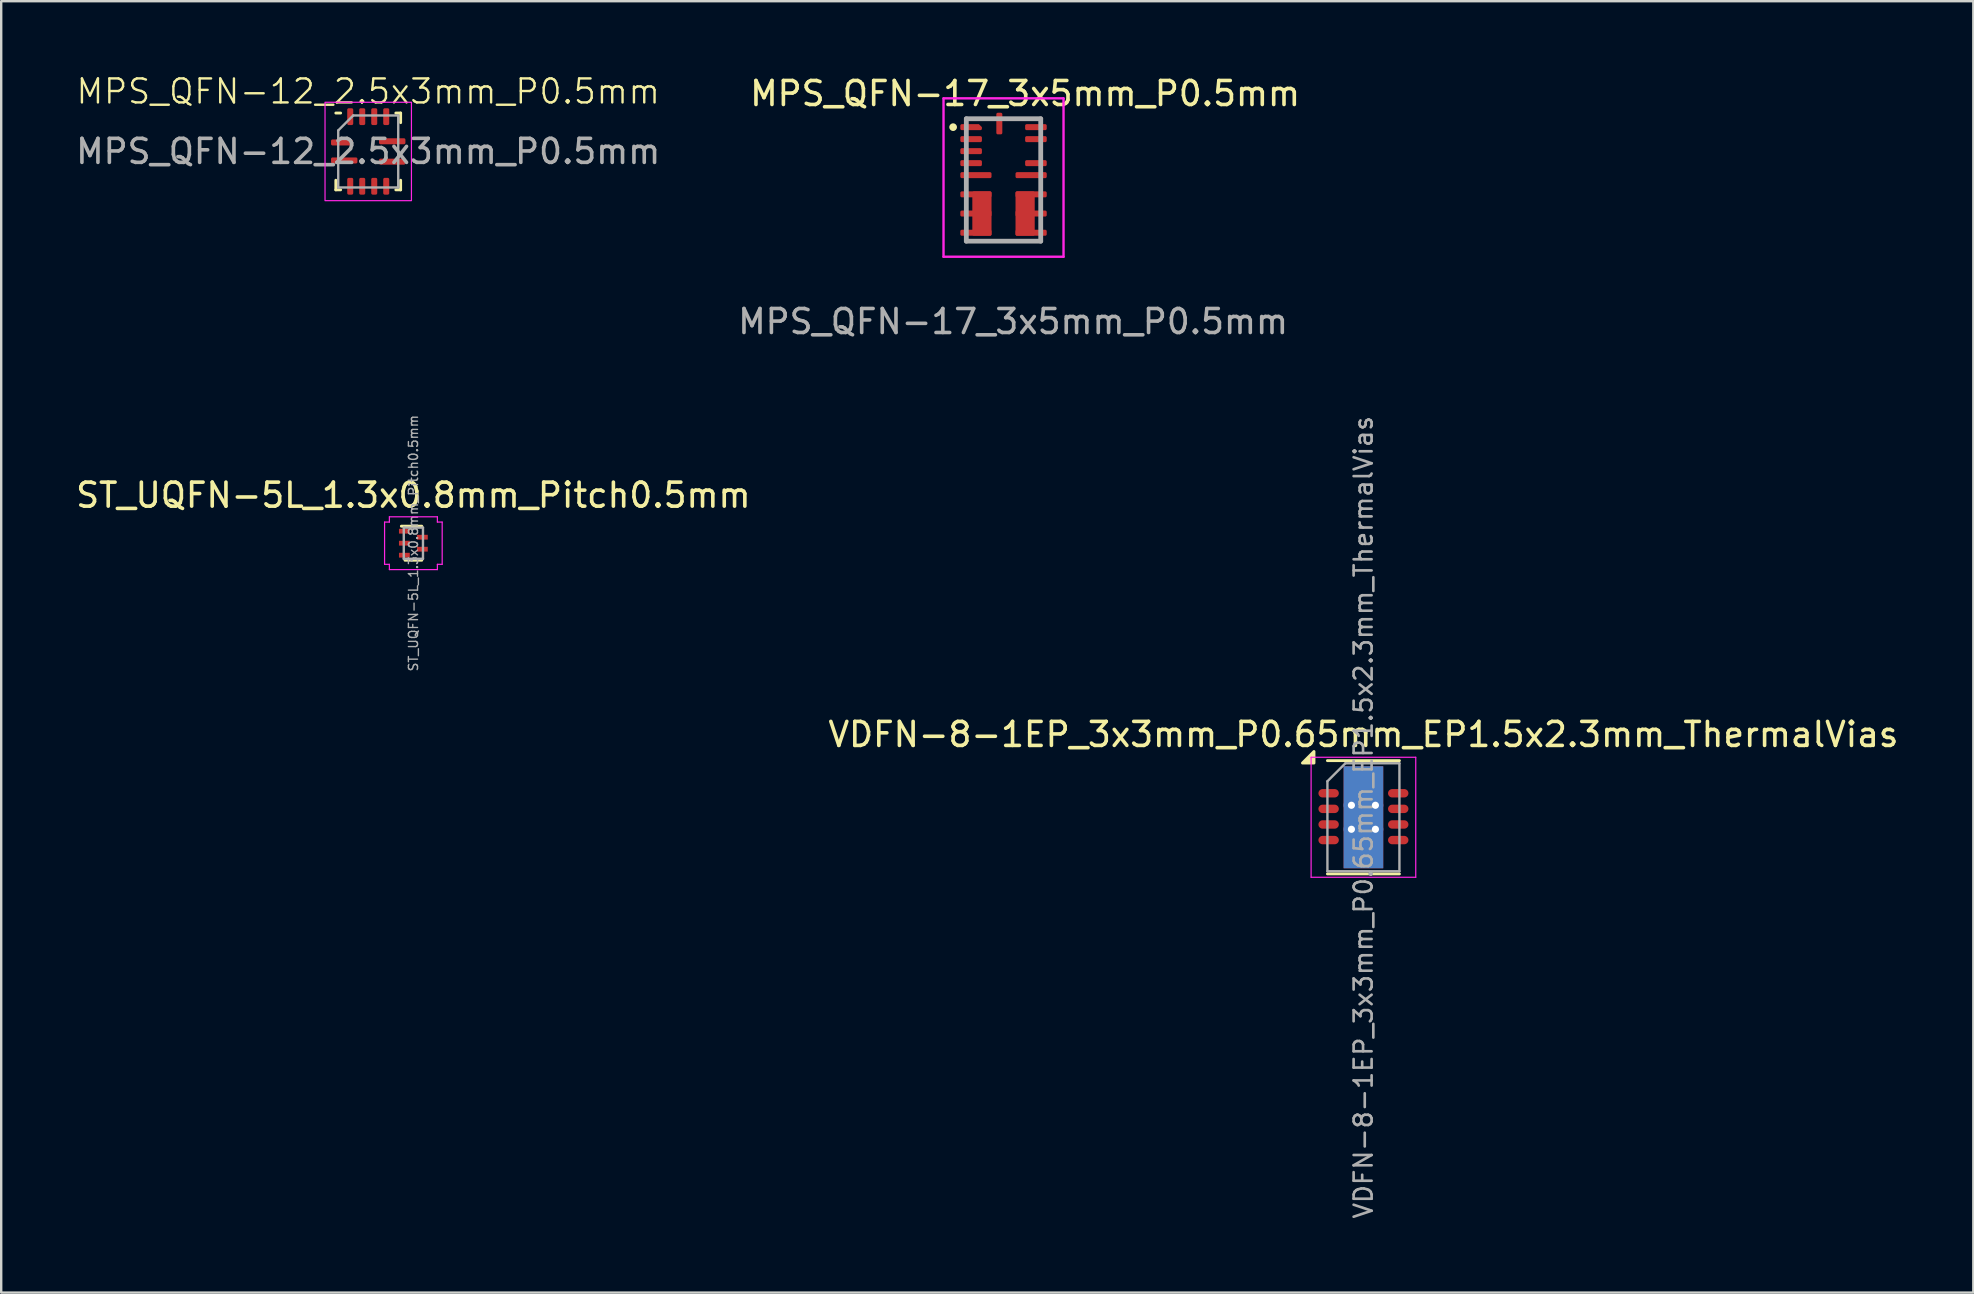
<source format=kicad_pcb>
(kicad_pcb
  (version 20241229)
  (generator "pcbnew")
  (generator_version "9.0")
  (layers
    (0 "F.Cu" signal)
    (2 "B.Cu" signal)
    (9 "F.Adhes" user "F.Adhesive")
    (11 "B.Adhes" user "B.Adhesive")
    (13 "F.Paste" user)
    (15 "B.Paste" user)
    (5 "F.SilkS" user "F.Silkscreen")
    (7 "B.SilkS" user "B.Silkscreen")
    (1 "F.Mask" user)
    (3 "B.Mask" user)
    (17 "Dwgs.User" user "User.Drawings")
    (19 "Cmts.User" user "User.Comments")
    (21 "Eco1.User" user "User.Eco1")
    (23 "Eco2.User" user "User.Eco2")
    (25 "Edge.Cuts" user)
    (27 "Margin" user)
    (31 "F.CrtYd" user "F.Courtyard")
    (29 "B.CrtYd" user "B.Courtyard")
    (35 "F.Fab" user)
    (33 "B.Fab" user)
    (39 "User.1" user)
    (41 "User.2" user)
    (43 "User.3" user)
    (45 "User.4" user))
  (footprint "MPS_QFN-17_3x5mm_P0.5mm"
    (layer "F.Cu")
    (at 38.761 4.448)
    (property "Reference" "MPS_QFN-17_3x5mm_P0.5mm" (at 0.9 -3.6 0) (unlocked yes) (layer "F.SilkS") (effects (font (size 1 1) (thickness 0.15))))
    (attr smd)
    (fp_line (start -1.55 -2.55) (end -0.55 -2.55) (stroke (width 0.1) (type solid)) (layer "F.SilkS"))
    (fp_line (start -1.55 2.55) (end 1.55 2.55) (stroke (width 0.1) (type solid)) (layer "F.SilkS"))
    (fp_line (start 0.55 -2.55) (end 1.55 -2.55) (stroke (width 0.1) (type solid)) (layer "F.SilkS"))
    (fp_circle (center -2.1 -2.2) (end -2 -2.2) (stroke (width 0.12) (type solid)) (fill yes) (layer "F.SilkS"))
    (fp_line (start -2.5 -3.4) (end 2.5 -3.4) (stroke (width 0.1) (type solid)) (layer "F.CrtYd"))
    (fp_line (start -2.5 3.2) (end -2.5 -3.4) (stroke (width 0.1) (type solid)) (layer "F.CrtYd"))
    (fp_line (start 2.5 -3.4) (end 2.5 3.2) (stroke (width 0.1) (type solid)) (layer "F.CrtYd"))
    (fp_line (start 2.5 3.2) (end -2.5 3.2) (stroke (width 0.1) (type solid)) (layer "F.CrtYd"))
    (fp_line (start -1.55 -2.55) (end 1.55 -2.55) (stroke (width 0.2) (type solid)) (layer "F.Fab"))
    (fp_line (start -1.55 2.55) (end -1.55 -2.55) (stroke (width 0.2) (type solid)) (layer "F.Fab"))
    (fp_line (start 1.55 -2.55) (end 1.55 2.55) (stroke (width 0.2) (type solid)) (layer "F.Fab"))
    (fp_line (start 1.55 2.55) (end -1.55 2.55) (stroke (width 0.2) (type solid)) (layer "F.Fab"))
    (fp_text user "${REFERENCE}" (at 0.4 5.9 0) (unlocked yes) (layer "F.Fab") (effects (font (size 1 1) (thickness 0.15))))
    (pad "1" smd roundrect (at -1.35 -2.2) (size 0.9 0.25) (layers "F.Cu" "F.Mask" "F.Paste") (roundrect_rratio 0.25) (chamfer_ratio 0.5) (chamfer top_right))
    (pad "2" smd roundrect (at -1.35 -1.7) (size 0.9 0.25) (layers "F.Cu" "F.Mask" "F.Paste") (roundrect_rratio 0.25))
    (pad "3" smd roundrect (at -1.35 -1.2) (size 0.9 0.25) (layers "F.Cu" "F.Mask" "F.Paste") (roundrect_rratio 0.25) (chamfer_ratio 0.2) (chamfer))
    (pad "4" smd roundrect (at -1.35 -0.7) (size 0.9 0.25) (layers "F.Cu" "F.Mask" "F.Paste") (roundrect_rratio 0.25))
    (pad "5" smd roundrect (at -1.15 -0.2) (size 1.3 0.25) (layers "F.Cu" "F.Mask" "F.Paste") (roundrect_rratio 0.25))
    (pad "6" smd roundrect (at -1.15 0.6) (size 1.3 0.25) (layers "F.Cu" "F.Mask" "F.Paste") (roundrect_rratio 0.25))
    (pad "6" smd roundrect (at -0.9 1.4) (size 0.8 1.85) (layers "F.Cu" "F.Mask" "F.Paste") (roundrect_rratio 0.078))
    (pad "7" smd roundrect (at -1.15 1.4) (size 1.3 0.25) (layers "F.Cu" "F.Mask" "F.Paste") (roundrect_rratio 0.25))
    (pad "8" smd roundrect (at -1.15 2.2) (size 1.3 0.25) (layers "F.Cu" "F.Mask" "F.Paste") (roundrect_rratio 0.25))
    (pad "9" smd roundrect (at 0.9 1.4) (size 0.8 1.85) (layers "F.Cu" "F.Mask" "F.Paste") (roundrect_rratio 0.078))
    (pad "9" smd roundrect (at 1.15 2.2) (size 1.3 0.25) (layers "F.Cu" "F.Mask" "F.Paste") (roundrect_rratio 0.25))
    (pad "10" smd roundrect (at 1.15 1.4) (size 1.3 0.25) (layers "F.Cu" "F.Mask" "F.Paste") (roundrect_rratio 0.25))
    (pad "11" smd roundrect (at 1.15 0.6) (size 1.3 0.25) (layers "F.Cu" "F.Mask" "F.Paste") (roundrect_rratio 0.25))
    (pad "12" smd roundrect (at 1.15 -0.2) (size 1.3 0.25) (layers "F.Cu" "F.Mask" "F.Paste") (roundrect_rratio 0.25))
    (pad "13" smd roundrect (at 1.35 -0.7) (size 0.9 0.25) (layers "F.Cu" "F.Mask" "F.Paste") (roundrect_rratio 0.25))
    (pad "14" smd roundrect (at 1.35 -1.7) (size 0.9 0.25) (layers "F.Cu" "F.Mask" "F.Paste") (roundrect_rratio 0.25) (chamfer_ratio 0.2) (chamfer))
    (pad "15" smd roundrect (at 1.35 -2.2) (size 0.9 0.25) (layers "F.Cu" "F.Mask" "F.Paste") (roundrect_rratio 0.25))
    (pad "16" smd roundrect (at -0.175 -2.35 90) (size 0.9 0.25) (layers "F.Cu" "F.Mask" "F.Paste") (roundrect_rratio 0.25))
    (zone (net_name "") (layer "F.Mask") (name "KEEPOUT") (hatch edge 0.508) (connect_pads) (min_thickness 0.254) (filled_areas_thickness no) (keepout (tracks not_allowed) (vias not_allowed) (pads not_allowed) (copperpour not_allowed) (footprints not_allowed)) (placement (enabled no)) (fill) (polygon (pts (xy 38.911 3.098) (xy 38.911 3.898) (xy 38.261 3.898) (xy 38.261 3.098)))))
  (footprint "MPS_QFN-12_2.5x3mm_P0.5mm"
    (layer "F.Cu")
    (at 12.292 3.26)
    (property "Reference" "MPS_QFN-12_2.5x3mm_P0.5mm" (at 0 -2.5 0) (unlocked yes) (layer "F.SilkS") (effects (font (size 1 1) (thickness 0.1))))
    (attr smd)
    (fp_line (start -1.35 1.2) (end -1.35 1.6) (stroke (width 0.12) (type solid)) (layer "F.SilkS"))
    (fp_line (start -1.15 -1.6) (end -1.35 -1.6) (stroke (width 0.12) (type solid)) (layer "F.SilkS"))
    (fp_line (start -1.15 1.6) (end -1.35 1.6) (stroke (width 0.12) (type solid)) (layer "F.SilkS"))
    (fp_line (start 1.15 -1.6) (end 1.35 -1.6) (stroke (width 0.12) (type solid)) (layer "F.SilkS"))
    (fp_line (start 1.15 1.6) (end 1.35 1.6) (stroke (width 0.12) (type solid)) (layer "F.SilkS"))
    (fp_line (start 1.35 -1.2) (end 1.35 -1.6) (stroke (width 0.12) (type solid)) (layer "F.SilkS"))
    (fp_line (start 1.35 1.6) (end 1.35 1.2) (stroke (width 0.12) (type solid)) (layer "F.SilkS"))
    (fp_rect (start -1.8 -2.05) (end 1.8 2.05) (stroke (width 0.05) (type default)) (fill no) (layer "F.CrtYd"))
    (fp_line (start -1.25 1.5) (end -1.25 -0.875) (stroke (width 0.1) (type default)) (layer "F.Fab"))
    (fp_line (start -1.25 1.5) (end 1.25 1.5) (stroke (width 0.1) (type default)) (layer "F.Fab"))
    (fp_line (start -0.625 -1.5) (end -1.25 -0.875) (stroke (width 0.1) (type default)) (layer "F.Fab"))
    (fp_line (start 1.25 -1.5) (end -0.625 -1.5) (stroke (width 0.1) (type default)) (layer "F.Fab"))
    (fp_line (start 1.25 1.5) (end 1.25 -1.5) (stroke (width 0.1) (type default)) (layer "F.Fab"))
    (fp_text user "${REFERENCE}" (at 0 0 0) (unlocked yes) (layer "F.Fab") (effects (font (size 1 1) (thickness 0.15))))
    (pad "1" smd roundrect (at -1.1 -0.375) (size 0.9 0.25) (layers "F.Cu" "F.Mask" "F.Paste") (roundrect_rratio 0.25))
    (pad "2" smd roundrect (at -1 0.375) (size 1.1 0.25) (layers "F.Cu" "F.Mask" "F.Paste") (roundrect_rratio 0.25))
    (pad "3" smd roundrect (at -0.75 1.45) (size 0.25 0.7) (layers "F.Cu" "F.Mask" "F.Paste") (roundrect_rratio 0.25))
    (pad "4" smd roundrect (at -0.25 1.45) (size 0.25 0.7) (layers "F.Cu" "F.Mask" "F.Paste") (roundrect_rratio 0.25))
    (pad "5" smd roundrect (at 0.25 1.45) (size 0.25 0.7) (layers "F.Cu" "F.Mask" "F.Paste") (roundrect_rratio 0.25))
    (pad "6" smd roundrect (at 0.75 1.45) (size 0.25 0.7) (layers "F.Cu" "F.Mask" "F.Paste") (roundrect_rratio 0.25))
    (pad "7" smd roundrect (at 1 0.425) (size 1.1 0.25) (layers "F.Cu" "F.Mask" "F.Paste") (roundrect_rratio 0.25))
    (pad "8" smd roundrect (at 1 -0.425) (size 1.1 0.25) (layers "F.Cu" "F.Mask" "F.Paste") (roundrect_rratio 0.25))
    (pad "9" smd roundrect (at 0.75 -1.45) (size 0.25 0.7) (layers "F.Cu" "F.Mask" "F.Paste") (roundrect_rratio 0.25))
    (pad "10" smd roundrect (at 0.25 -1.45) (size 0.25 0.7) (layers "F.Cu" "F.Mask" "F.Paste") (roundrect_rratio 0.25))
    (pad "11" smd roundrect (at -0.25 -1.45) (size 0.25 0.7) (layers "F.Cu" "F.Mask" "F.Paste") (roundrect_rratio 0.25))
    (pad "12" smd roundrect (at -0.75 -1.45) (size 0.25 0.7) (layers "F.Cu" "F.Mask" "F.Paste") (roundrect_rratio 0.25)))
  (footprint "ST_UQFN-5L_1.3x0.8mm_Pitch0.5mm"
    (layer "F.Cu")
    (at 14.173 19.582)
    (property "Reference" "ST_UQFN-5L_1.3x0.8mm_Pitch0.5mm" (at 0 -2 0) (layer "F.SilkS") (effects (font (size 1 1) (thickness 0.15))))
    (attr smd)
    (fp_line (start 0.35 -0.71) (end -0.5 -0.71) (stroke (width 0.12) (type solid)) (layer "F.SilkS"))
    (fp_line (start 0.35 0.71) (end -0.35 0.71) (stroke (width 0.12) (type solid)) (layer "F.SilkS"))
    (fp_line (start -1.2 0.88) (end -1.2 -0.88) (stroke (width 0.05) (type solid)) (layer "F.CrtYd"))
    (fp_line (start -1 -1.1) (end -1 -0.88) (stroke (width 0.05) (type solid)) (layer "F.CrtYd"))
    (fp_line (start -1 -0.88) (end -1.2 -0.88) (stroke (width 0.05) (type solid)) (layer "F.CrtYd"))
    (fp_line (start -1 0.88) (end -1.2 0.88) (stroke (width 0.05) (type solid)) (layer "F.CrtYd"))
    (fp_line (start -1 1.1) (end -1 0.88) (stroke (width 0.05) (type solid)) (layer "F.CrtYd"))
    (fp_line (start 1 -1.1) (end -1 -1.1) (stroke (width 0.05) (type solid)) (layer "F.CrtYd"))
    (fp_line (start 1 -1.1) (end 1 -0.88) (stroke (width 0.05) (type solid)) (layer "F.CrtYd"))
    (fp_line (start 1 -0.88) (end 1.2 -0.88) (stroke (width 0.05) (type solid)) (layer "F.CrtYd"))
    (fp_line (start 1 0.88) (end 1.2 0.88) (stroke (width 0.05) (type solid)) (layer "F.CrtYd"))
    (fp_line (start 1 1.1) (end -1 1.1) (stroke (width 0.05) (type solid)) (layer "F.CrtYd"))
    (fp_line (start 1 1.1) (end 1 0.88) (stroke (width 0.05) (type solid)) (layer "F.CrtYd"))
    (fp_line (start 1.2 0.88) (end 1.2 -0.88) (stroke (width 0.05) (type solid)) (layer "F.CrtYd"))
    (fp_line (start -0.4 0.65) (end -0.4 -0.65) (stroke (width 0.1) (type solid)) (layer "F.Fab"))
    (fp_line (start 0.4 -0.65) (end -0.4 -0.65) (stroke (width 0.1) (type solid)) (layer "F.Fab"))
    (fp_line (start 0.4 -0.65) (end 0.4 0.65) (stroke (width 0.1) (type solid)) (layer "F.Fab"))
    (fp_line (start 0.4 0.65) (end -0.4 0.65) (stroke (width 0.1) (type solid)) (layer "F.Fab"))
    (fp_text user "${REFERENCE}" (at 0 0 90) (layer "F.Fab") (effects (font (size 0.38 0.38) (thickness 0.057))))
    (pad "1" smd rect (at -0.375 -0.5) (size 0.45 0.2) (layers "F.Cu" "F.Mask" "F.Paste"))
    (pad "2" smd rect (at -0.375 0) (size 0.45 0.2) (layers "F.Cu" "F.Mask" "F.Paste"))
    (pad "3" smd rect (at -0.375 0.5) (size 0.45 0.2) (layers "F.Cu" "F.Mask" "F.Paste"))
    (pad "4" smd rect (at 0.375 0.25) (size 0.45 0.2) (layers "F.Cu" "F.Mask" "F.Paste"))
    (pad "5" smd rect (at 0.375 -0.25) (size 0.45 0.2) (layers "F.Cu" "F.Mask" "F.Paste")))
  (footprint "VDFN-8-1EP_3x3mm_P0.65mm_EP1.5x2.3mm_ThermalVias"
    (layer "F.Cu")
    (at 53.756 31.001)
    (property "Reference" "VDFN-8-1EP_3x3mm_P0.65mm_EP1.5x2.3mm_ThermalVias" (at 0 -3.45 0) (layer "F.SilkS") (effects (font (size 1 1) (thickness 0.15))))
    (attr smd)
    (fp_line (start -1.5 2.36) (end 1.5 2.36) (stroke (width 0.12) (type solid)) (layer "F.SilkS"))
    (fp_line (start 1.5 -2.36) (end -1.5 -2.36) (stroke (width 0.12) (type solid)) (layer "F.SilkS"))
    (fp_poly (pts (xy -2.06 -2.26) (xy -2.54 -2.26) (xy -2.06 -2.74) (xy -2.06 -2.26)) (stroke (width 0.12) (type solid)) (fill yes) (layer "F.SilkS"))
    (fp_line (start -2.18 -2.5) (end -2.18 2.5) (stroke (width 0.05) (type solid)) (layer "F.CrtYd"))
    (fp_line (start -2.18 2.5) (end 2.18 2.5) (stroke (width 0.05) (type solid)) (layer "F.CrtYd"))
    (fp_line (start 2.18 -2.5) (end -2.18 -2.5) (stroke (width 0.05) (type solid)) (layer "F.CrtYd"))
    (fp_line (start 2.18 2.5) (end 2.18 -2.5) (stroke (width 0.05) (type solid)) (layer "F.CrtYd"))
    (fp_line (start -1.5 2.25) (end -1.5 -1.5) (stroke (width 0.1) (type solid)) (layer "F.Fab"))
    (fp_line (start -1.5 2.25) (end 1.5 2.25) (stroke (width 0.1) (type solid)) (layer "F.Fab"))
    (fp_line (start -0.75 -2.25) (end -1.5 -1.5) (stroke (width 0.1) (type solid)) (layer "F.Fab"))
    (fp_line (start 1.5 -2.25) (end -0.75 -2.25) (stroke (width 0.1) (type solid)) (layer "F.Fab"))
    (fp_line (start 1.5 2.25) (end 1.5 -2.25) (stroke (width 0.1) (type solid)) (layer "F.Fab"))
    (fp_text user "${REFERENCE}" (at 0 0 90) (layer "F.Fab") (effects (font (size 0.75 0.75) (thickness 0.11))))
    (pad "" smd rect (at 0 -1.9) (size 1.5 0.3) (layers "F.Paste"))
    (pad "" smd rect (at 0 -1.5) (size 0.5 0.5) (layers "F.Paste"))
    (pad "" smd rect (at 0 -1) (size 1.5 0.5) (layers "F.Paste"))
    (pad "" smd rect (at 0 -0.5) (size 0.5 0.5) (layers "F.Paste"))
    (pad "" smd rect (at 0 0) (size 1.5 0.5) (layers "F.Paste"))
    (pad "" smd rect (at 0 0.5) (size 0.5 0.5) (layers "F.Paste"))
    (pad "" smd rect (at 0 1) (size 1.5 0.5) (layers "F.Paste"))
    (pad "" smd rect (at 0 1.5) (size 0.5 0.5) (layers "F.Paste"))
    (pad "" smd rect (at 0 1.9) (size 1.5 0.3) (layers "F.Paste"))
    (pad "2" smd oval (at -1.45 -1) (size 0.85 0.35) (layers "F.Cu" "F.Mask" "F.Paste"))
    (pad "3" smd oval (at -1.45 -0.35) (size 0.85 0.35) (layers "F.Cu" "F.Mask" "F.Paste"))
    (pad "4" smd oval (at -1.45 0.3) (size 0.85 0.35) (layers "F.Cu" "F.Mask" "F.Paste"))
    (pad "5" smd oval (at -1.45 0.95) (size 0.85 0.35) (layers "F.Cu" "F.Mask" "F.Paste"))
    (pad "10" smd oval (at 1.45 0.95) (size 0.85 0.35) (layers "F.Cu" "F.Mask" "F.Paste"))
    (pad "11" smd oval (at 1.45 0.3) (size 0.85 0.35) (layers "F.Cu" "F.Mask" "F.Paste"))
    (pad "12" smd oval (at 1.45 -0.35) (size 0.85 0.35) (layers "F.Cu" "F.Mask" "F.Paste"))
    (pad "13" smd oval (at 1.45 -1) (size 0.85 0.35) (layers "F.Cu" "F.Mask" "F.Paste"))
    (pad "15" thru_hole circle (at -0.5 -0.5) (size 0.65 0.65) (drill 0.3) (layers "*.Cu" "*.Mask"))
    (pad "15" thru_hole circle (at -0.5 0.5) (size 0.65 0.65) (drill 0.3) (layers "*.Cu" "*.Mask"))
    (pad "15" smd rect (at 0 0) (size 1.65 4.25) (layers "F.Cu" "F.Mask"))
    (pad "15" smd rect (at 0 0) (size 1.65 4.25) (layers "B.Cu" "B.Mask"))
    (pad "15" thru_hole circle (at 0.5 -0.5) (size 0.65 0.65) (drill 0.3) (layers "*.Cu" "*.Mask"))
    (pad "15" thru_hole circle (at 0.5 0.5) (size 0.65 0.65) (drill 0.3) (layers "*.Cu" "*.Mask")))
  (gr_rect
    (start -3 -3)
    (end 79.167 50.805)
    (stroke (width 0.1) (type default))
    (fill no)
    (layer "Edge.Cuts")))
</source>
